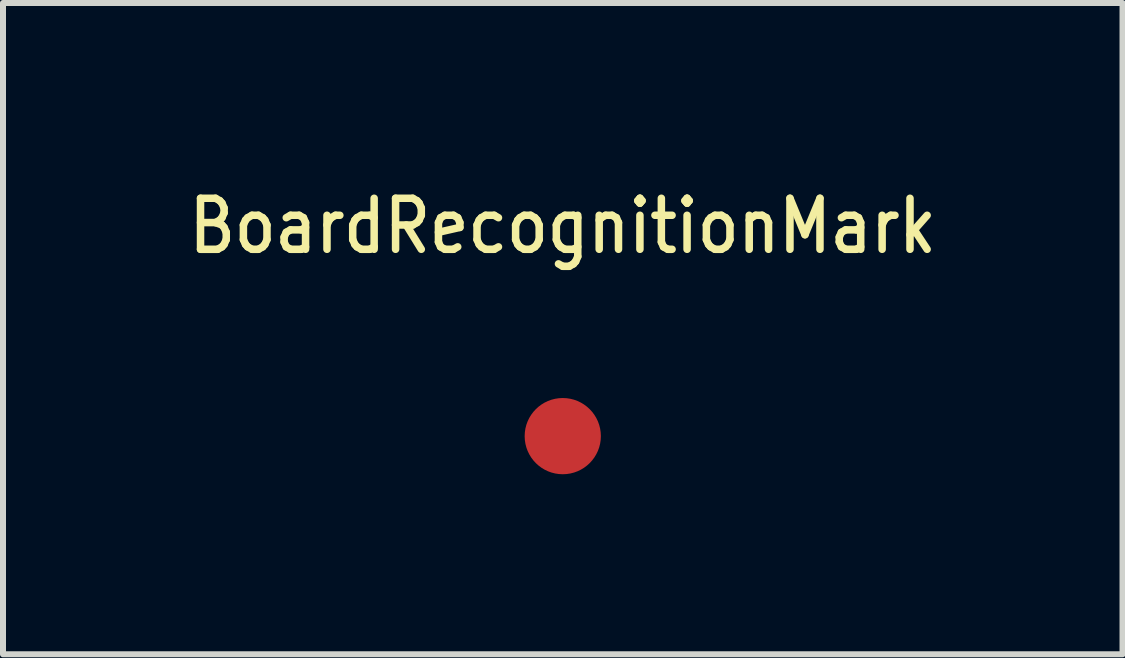
<source format=kicad_pcb>
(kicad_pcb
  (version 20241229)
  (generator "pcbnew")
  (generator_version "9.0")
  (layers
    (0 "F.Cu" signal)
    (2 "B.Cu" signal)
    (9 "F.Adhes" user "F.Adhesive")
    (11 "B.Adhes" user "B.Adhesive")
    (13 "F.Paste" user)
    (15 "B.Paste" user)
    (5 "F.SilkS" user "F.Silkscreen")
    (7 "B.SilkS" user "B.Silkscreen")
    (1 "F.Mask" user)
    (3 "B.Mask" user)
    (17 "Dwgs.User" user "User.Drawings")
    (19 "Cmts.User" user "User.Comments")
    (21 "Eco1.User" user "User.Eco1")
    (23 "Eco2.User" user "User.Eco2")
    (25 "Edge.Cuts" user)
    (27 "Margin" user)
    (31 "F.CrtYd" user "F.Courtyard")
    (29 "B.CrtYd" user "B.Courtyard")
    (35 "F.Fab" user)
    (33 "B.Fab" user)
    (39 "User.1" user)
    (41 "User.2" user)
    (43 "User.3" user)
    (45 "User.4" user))
  (footprint "BoardRecognitionMark"
    (layer "F.Cu")
    (at 6.327 4.217)
    (property "Reference" "BoardRecognitionMark" (at 0 -3.5 0) (layer "F.SilkS") (effects (font (size 0.85 0.75) (thickness 0.125))))
    (attr smd)
    (pad "MARK" smd circle (at 0 0) (size 1.27 1.27) (layers "F.Cu" "F.Mask" "F.Paste")))
  (gr_rect
    (start -3 -3)
    (end 15.654 7.852)
    (stroke (width 0.1) (type default))
    (fill no)
    (layer "Edge.Cuts")))
</source>
